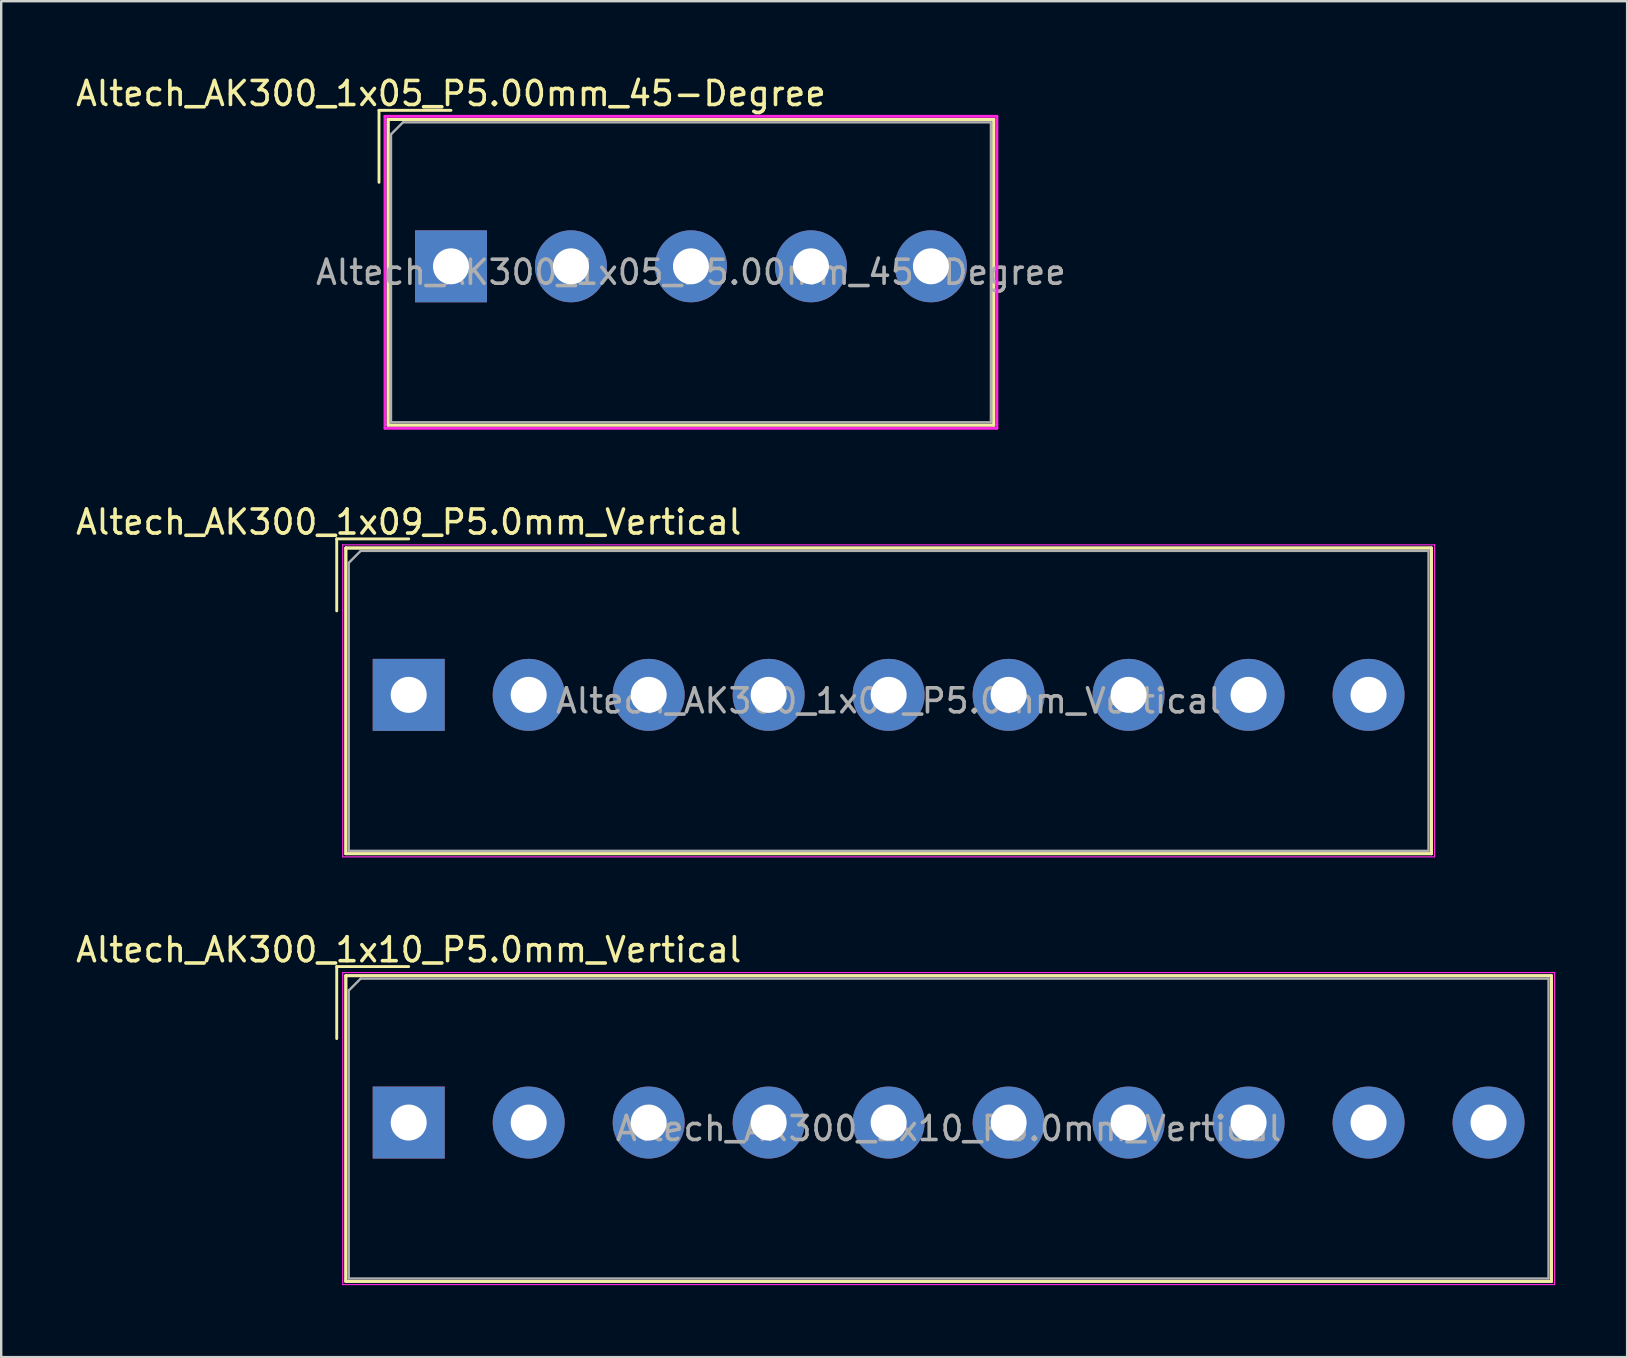
<source format=kicad_pcb>
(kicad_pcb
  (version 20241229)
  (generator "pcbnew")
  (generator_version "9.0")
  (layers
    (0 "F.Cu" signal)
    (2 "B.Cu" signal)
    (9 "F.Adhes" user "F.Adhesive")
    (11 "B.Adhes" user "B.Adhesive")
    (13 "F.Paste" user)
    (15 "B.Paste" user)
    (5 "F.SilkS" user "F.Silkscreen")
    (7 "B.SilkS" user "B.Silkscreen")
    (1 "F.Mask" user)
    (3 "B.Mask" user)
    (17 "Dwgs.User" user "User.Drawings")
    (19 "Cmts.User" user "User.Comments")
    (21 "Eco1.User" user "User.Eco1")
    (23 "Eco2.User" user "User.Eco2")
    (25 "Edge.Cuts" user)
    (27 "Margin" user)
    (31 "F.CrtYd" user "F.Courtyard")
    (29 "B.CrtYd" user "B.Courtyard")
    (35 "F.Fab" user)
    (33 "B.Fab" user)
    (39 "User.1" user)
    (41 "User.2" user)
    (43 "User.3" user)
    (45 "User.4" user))
  (footprint "Altech_AK300_1x05_P5.00mm_45-Degree"
    (layer "F.Cu")
    (at 15.744 8.048)
    (property "Reference" "Altech_AK300_1x05_P5.00mm_45-Degree" (at 0 -7.2 0) (layer "F.SilkS") (effects (font (size 1 1) (thickness 0.15))))
    (attr through_hole)
    (fp_line (start -3 -6.5) (end 0 -6.5) (stroke (width 0.12) (type solid)) (layer "F.SilkS"))
    (fp_line (start -3 -3.5) (end -3 -6.5) (stroke (width 0.12) (type solid)) (layer "F.SilkS"))
    (fp_line (start -2.62 -6.12) (end -2.62 6.62) (stroke (width 0.12) (type solid)) (layer "F.SilkS"))
    (fp_line (start -2.62 -6.12) (end -2.62 6.62) (stroke (width 0.12) (type solid)) (layer "F.SilkS"))
    (fp_line (start -2.62 -6.12) (end 22.62 -6.12) (stroke (width 0.12) (type solid)) (layer "F.SilkS"))
    (fp_line (start -2.62 -6.12) (end 22.62 -6.12) (stroke (width 0.12) (type solid)) (layer "F.SilkS"))
    (fp_line (start -2.62 6.62) (end 22.62 6.62) (stroke (width 0.12) (type solid)) (layer "F.SilkS"))
    (fp_line (start -2.62 6.62) (end 22.62 6.62) (stroke (width 0.12) (type solid)) (layer "F.SilkS"))
    (fp_line (start 22.62 -6.12) (end 22.62 6.62) (stroke (width 0.12) (type solid)) (layer "F.SilkS"))
    (fp_line (start 22.62 -6.12) (end 22.62 6.62) (stroke (width 0.12) (type solid)) (layer "F.SilkS"))
    (fp_line (start -2.75 -6.25) (end -2.75 6.75) (stroke (width 0.12) (type solid)) (layer "F.CrtYd"))
    (fp_line (start -2.75 -6.25) (end 22.75 -6.25) (stroke (width 0.12) (type solid)) (layer "F.CrtYd"))
    (fp_line (start -2.75 6.75) (end 22.75 6.75) (stroke (width 0.12) (type solid)) (layer "F.CrtYd"))
    (fp_line (start 22.75 -6.25) (end 22.75 6.75) (stroke (width 0.12) (type solid)) (layer "F.CrtYd"))
    (fp_line (start -2.5 -5.5) (end -2 -6) (stroke (width 0.1) (type solid)) (layer "F.Fab"))
    (fp_line (start -2.5 6.5) (end -2.5 -5.5) (stroke (width 0.1) (type solid)) (layer "F.Fab"))
    (fp_line (start -2 -6) (end 22.5 -6) (stroke (width 0.1) (type solid)) (layer "F.Fab"))
    (fp_line (start 22.5 -6) (end 22.5 6.5) (stroke (width 0.1) (type solid)) (layer "F.Fab"))
    (fp_line (start 22.5 6.5) (end -2.5 6.5) (stroke (width 0.1) (type solid)) (layer "F.Fab"))
    (fp_text user "${REFERENCE}" (at 10 0.25 0) (layer "F.Fab") (effects (font (size 1 1) (thickness 0.15))))
    (pad "1" thru_hole rect (at 0 0) (size 3 3) (drill 1.5) (layers "*.Cu" "*.Mask"))
    (pad "2" thru_hole circle (at 5 0) (size 3 3) (drill 1.5) (layers "*.Cu" "*.Mask"))
    (pad "3" thru_hole circle (at 10 0) (size 3 3) (drill 1.5) (layers "*.Cu" "*.Mask"))
    (pad "4" thru_hole circle (at 15 0) (size 3 3) (drill 1.5) (layers "*.Cu" "*.Mask"))
    (pad "5" thru_hole circle (at 20 0) (size 3 3) (drill 1.5) (layers "*.Cu" "*.Mask")))
  (footprint "Altech_AK300_1x09_P5.0mm_Vertical"
    (layer "F.Cu")
    (at 13.982 25.907)
    (property "Reference" "Altech_AK300_1x09_P5.0mm_Vertical" (at 0 -7.2 0) (layer "F.SilkS") (effects (font (size 1 1) (thickness 0.15))))
    (attr through_hole)
    (fp_line (start -3 -6.5) (end 0 -6.5) (stroke (width 0.12) (type solid)) (layer "F.SilkS"))
    (fp_line (start -3 -3.5) (end -3 -6.5) (stroke (width 0.12) (type solid)) (layer "F.SilkS"))
    (fp_line (start -2.62 -6.12) (end -2.62 6.62) (stroke (width 0.12) (type solid)) (layer "F.SilkS"))
    (fp_line (start -2.62 -6.12) (end -2.62 6.62) (stroke (width 0.12) (type solid)) (layer "F.SilkS"))
    (fp_line (start -2.62 -6.12) (end 42.62 -6.12) (stroke (width 0.12) (type solid)) (layer "F.SilkS"))
    (fp_line (start -2.62 -6.12) (end 42.62 -6.12) (stroke (width 0.12) (type solid)) (layer "F.SilkS"))
    (fp_line (start -2.62 6.62) (end 42.62 6.62) (stroke (width 0.12) (type solid)) (layer "F.SilkS"))
    (fp_line (start -2.62 6.62) (end 42.62 6.62) (stroke (width 0.12) (type solid)) (layer "F.SilkS"))
    (fp_line (start 42.62 -6.12) (end 42.62 6.62) (stroke (width 0.12) (type solid)) (layer "F.SilkS"))
    (fp_line (start 42.62 -6.12) (end 42.62 6.62) (stroke (width 0.12) (type solid)) (layer "F.SilkS"))
    (fp_line (start -2.75 -6.25) (end -2.75 6.75) (stroke (width 0.05) (type solid)) (layer "F.CrtYd"))
    (fp_line (start -2.75 -6.25) (end 42.75 -6.25) (stroke (width 0.05) (type solid)) (layer "F.CrtYd"))
    (fp_line (start -2.75 6.75) (end 42.75 6.75) (stroke (width 0.05) (type solid)) (layer "F.CrtYd"))
    (fp_line (start 42.75 -6.25) (end 42.75 6.75) (stroke (width 0.05) (type solid)) (layer "F.CrtYd"))
    (fp_line (start -2.5 -5.5) (end -2 -6) (stroke (width 0.1) (type solid)) (layer "F.Fab"))
    (fp_line (start -2.5 6.5) (end -2.5 -5.5) (stroke (width 0.1) (type solid)) (layer "F.Fab"))
    (fp_line (start -2 -6) (end 42.5 -6) (stroke (width 0.1) (type solid)) (layer "F.Fab"))
    (fp_line (start 42.5 -6) (end 42.5 6.5) (stroke (width 0.1) (type solid)) (layer "F.Fab"))
    (fp_line (start 42.5 6.5) (end -2.5 6.5) (stroke (width 0.1) (type solid)) (layer "F.Fab"))
    (fp_text user "${REFERENCE}" (at 20 0.25 0) (layer "F.Fab") (effects (font (size 1 1) (thickness 0.15))))
    (pad "1" thru_hole rect (at 0 0) (size 3 3) (drill 1.5) (layers "*.Cu" "*.Mask"))
    (pad "2" thru_hole circle (at 5 0) (size 3 3) (drill 1.5) (layers "*.Cu" "*.Mask"))
    (pad "3" thru_hole circle (at 10 0) (size 3 3) (drill 1.5) (layers "*.Cu" "*.Mask"))
    (pad "4" thru_hole circle (at 15 0) (size 3 3) (drill 1.5) (layers "*.Cu" "*.Mask"))
    (pad "5" thru_hole circle (at 20 0) (size 3 3) (drill 1.5) (layers "*.Cu" "*.Mask"))
    (pad "6" thru_hole circle (at 25 0) (size 3 3) (drill 1.5) (layers "*.Cu" "*.Mask"))
    (pad "7" thru_hole circle (at 30 0) (size 3 3) (drill 1.5) (layers "*.Cu" "*.Mask"))
    (pad "8" thru_hole circle (at 35 0) (size 3 3) (drill 1.5) (layers "*.Cu" "*.Mask"))
    (pad "9" thru_hole circle (at 40 0) (size 3 3) (drill 1.5) (layers "*.Cu" "*.Mask")))
  (footprint "Altech_AK300_1x10_P5.0mm_Vertical"
    (layer "F.Cu")
    (at 13.982 43.73)
    (property "Reference" "Altech_AK300_1x10_P5.0mm_Vertical" (at 0 -7.2 0) (layer "F.SilkS") (effects (font (size 1 1) (thickness 0.15))))
    (attr through_hole)
    (fp_line (start -3 -6.5) (end 0 -6.5) (stroke (width 0.12) (type solid)) (layer "F.SilkS"))
    (fp_line (start -3 -3.5) (end -3 -6.5) (stroke (width 0.12) (type solid)) (layer "F.SilkS"))
    (fp_line (start -2.62 -6.12) (end -2.62 6.62) (stroke (width 0.12) (type solid)) (layer "F.SilkS"))
    (fp_line (start -2.62 -6.12) (end -2.62 6.62) (stroke (width 0.12) (type solid)) (layer "F.SilkS"))
    (fp_line (start -2.62 -6.12) (end 47.62 -6.12) (stroke (width 0.12) (type solid)) (layer "F.SilkS"))
    (fp_line (start -2.62 -6.12) (end 47.62 -6.12) (stroke (width 0.12) (type solid)) (layer "F.SilkS"))
    (fp_line (start -2.62 6.62) (end 47.62 6.62) (stroke (width 0.12) (type solid)) (layer "F.SilkS"))
    (fp_line (start -2.62 6.62) (end 47.62 6.62) (stroke (width 0.12) (type solid)) (layer "F.SilkS"))
    (fp_line (start 47.62 -6.12) (end 47.62 6.62) (stroke (width 0.12) (type solid)) (layer "F.SilkS"))
    (fp_line (start 47.62 -6.12) (end 47.62 6.62) (stroke (width 0.12) (type solid)) (layer "F.SilkS"))
    (fp_line (start -2.75 -6.25) (end -2.75 6.75) (stroke (width 0.05) (type solid)) (layer "F.CrtYd"))
    (fp_line (start -2.75 -6.25) (end 47.75 -6.25) (stroke (width 0.05) (type solid)) (layer "F.CrtYd"))
    (fp_line (start -2.75 6.75) (end 47.75 6.75) (stroke (width 0.05) (type solid)) (layer "F.CrtYd"))
    (fp_line (start 47.75 -6.25) (end 47.75 6.75) (stroke (width 0.05) (type solid)) (layer "F.CrtYd"))
    (fp_line (start -2.5 -5.5) (end -2 -6) (stroke (width 0.1) (type solid)) (layer "F.Fab"))
    (fp_line (start -2.5 6.5) (end -2.5 -5.5) (stroke (width 0.1) (type solid)) (layer "F.Fab"))
    (fp_line (start -2 -6) (end 47.5 -6) (stroke (width 0.1) (type solid)) (layer "F.Fab"))
    (fp_line (start 47.5 -6) (end 47.5 6.5) (stroke (width 0.1) (type solid)) (layer "F.Fab"))
    (fp_line (start 47.5 6.5) (end -2.5 6.5) (stroke (width 0.1) (type solid)) (layer "F.Fab"))
    (fp_text user "${REFERENCE}" (at 22.5 0.25 0) (layer "F.Fab") (effects (font (size 1 1) (thickness 0.15))))
    (pad "1" thru_hole rect (at 0 0) (size 3 3) (drill 1.5) (layers "*.Cu" "*.Mask"))
    (pad "2" thru_hole circle (at 5 0) (size 3 3) (drill 1.5) (layers "*.Cu" "*.Mask"))
    (pad "3" thru_hole circle (at 10 0) (size 3 3) (drill 1.5) (layers "*.Cu" "*.Mask"))
    (pad "4" thru_hole circle (at 15 0) (size 3 3) (drill 1.5) (layers "*.Cu" "*.Mask"))
    (pad "5" thru_hole circle (at 20 0) (size 3 3) (drill 1.5) (layers "*.Cu" "*.Mask"))
    (pad "6" thru_hole circle (at 25 0) (size 3 3) (drill 1.5) (layers "*.Cu" "*.Mask"))
    (pad "7" thru_hole circle (at 30 0) (size 3 3) (drill 1.5) (layers "*.Cu" "*.Mask"))
    (pad "8" thru_hole circle (at 35 0) (size 3 3) (drill 1.5) (layers "*.Cu" "*.Mask"))
    (pad "9" thru_hole circle (at 40 0) (size 3 3) (drill 1.5) (layers "*.Cu" "*.Mask"))
    (pad "10" thru_hole circle (at 45 0) (size 3 3) (drill 1.5) (layers "*.Cu" "*.Mask")))
  (gr_rect
    (start -3 -3)
    (end 64.757 53.505)
    (stroke (width 0.1) (type default))
    (fill no)
    (layer "Edge.Cuts")))
</source>
